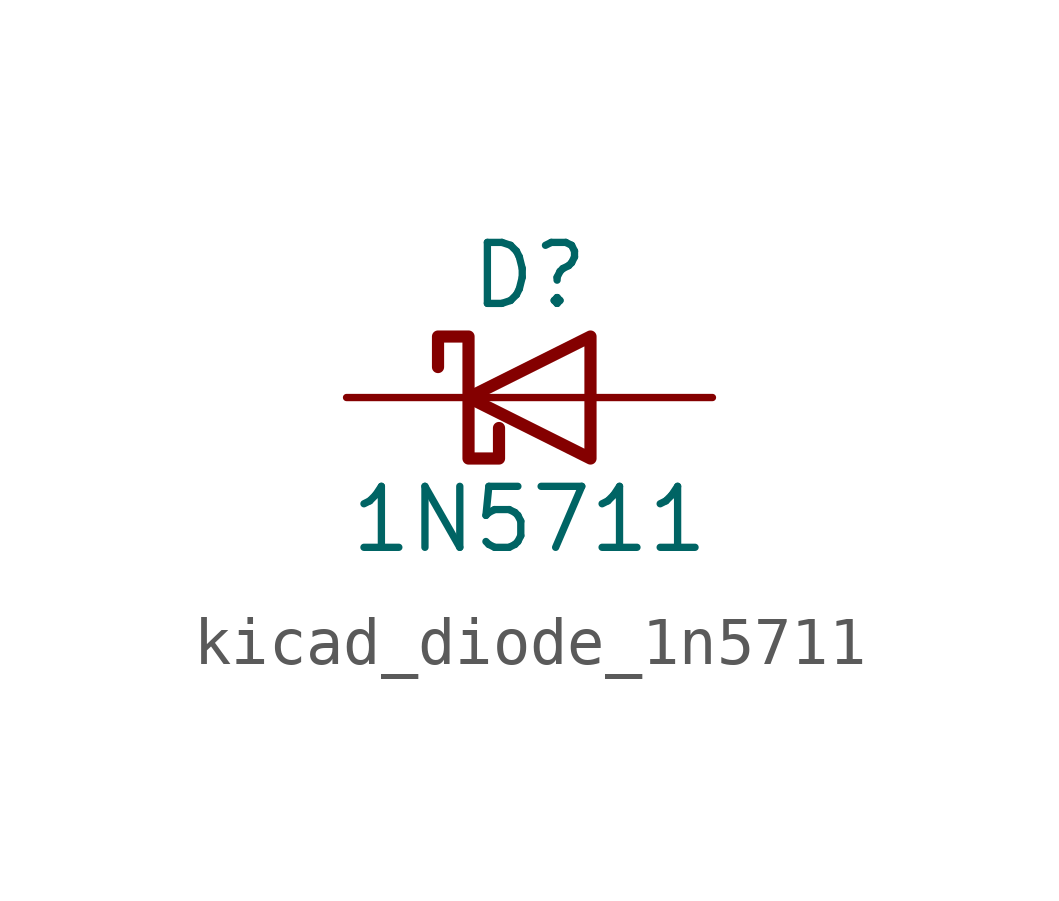
<source format=kicad_sym>
(kicad_symbol_lib
  (version 20220914)
  (generator kicad_symbol_editor)
  (symbol "kicad_diode_1n5711"
    (pin_numbers hide)
    (pin_names
      (offset 1.016) hide)
    (property "Reference" "D"
      (at 0 2.54 0)
      (effects (font (size 1.27 1.27))))
    (property "Value" "1N5711"
      (at 0 -2.54 0)
      (effects (font (size 1.27 1.27))))
    (symbol "kicad_diode_1n5711_0_1"
      (polyline (pts (xy 1.27 0) (xy -1.27 0)) (stroke (width 0) (type default)) (fill (type none)))
      (polyline (pts (xy 1.27 1.27) (xy 1.27 -1.27) (xy -1.27 0) (xy 1.27 1.27)) (stroke (width 0.254) (type default)) (fill (type none)))
      (polyline (pts (xy -1.905 0.635) (xy -1.905 1.27) (xy -1.27 1.27) (xy -1.27 -1.27) (xy -0.635 -1.27) (xy -0.635 -0.635)) (stroke (width 0.254) (type default)) (fill (type none))))
    (symbol "kicad_diode_1n5711_1_1"
      (pin passive line (at -3.81 0 0) (length 2.54) (name "K" (effects (font (size 1.27 1.27)))) (number "1" (effects (font (size 1.27 1.27)))))
      (pin passive line (at 3.81 0 180) (length 2.54) (name "A" (effects (font (size 1.27 1.27)))) (number "2" (effects (font (size 1.27 1.27))))))))
</source>
